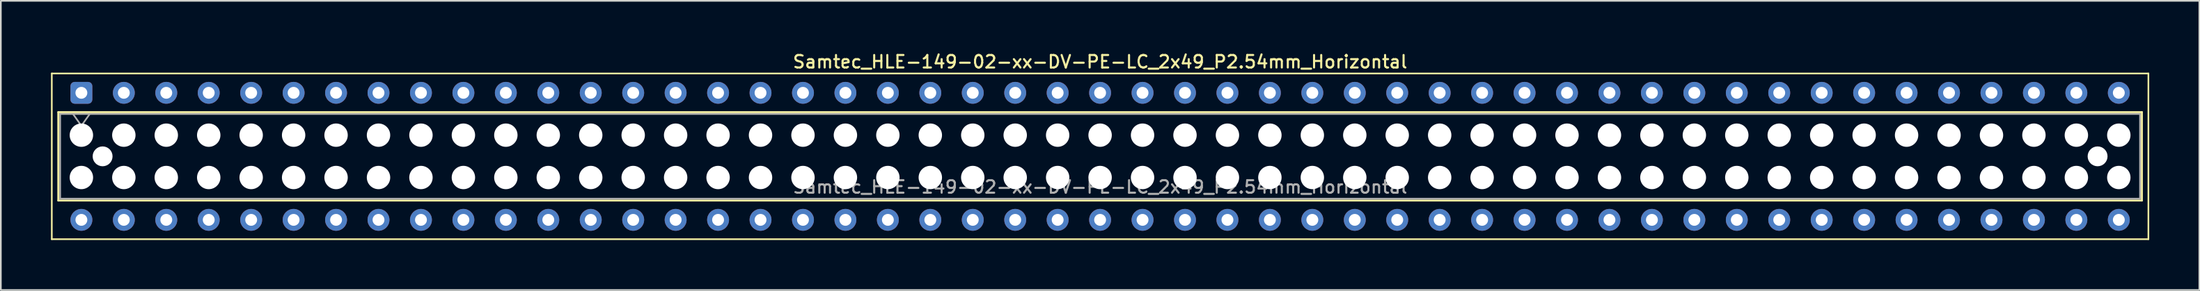
<source format=kicad_pcb>
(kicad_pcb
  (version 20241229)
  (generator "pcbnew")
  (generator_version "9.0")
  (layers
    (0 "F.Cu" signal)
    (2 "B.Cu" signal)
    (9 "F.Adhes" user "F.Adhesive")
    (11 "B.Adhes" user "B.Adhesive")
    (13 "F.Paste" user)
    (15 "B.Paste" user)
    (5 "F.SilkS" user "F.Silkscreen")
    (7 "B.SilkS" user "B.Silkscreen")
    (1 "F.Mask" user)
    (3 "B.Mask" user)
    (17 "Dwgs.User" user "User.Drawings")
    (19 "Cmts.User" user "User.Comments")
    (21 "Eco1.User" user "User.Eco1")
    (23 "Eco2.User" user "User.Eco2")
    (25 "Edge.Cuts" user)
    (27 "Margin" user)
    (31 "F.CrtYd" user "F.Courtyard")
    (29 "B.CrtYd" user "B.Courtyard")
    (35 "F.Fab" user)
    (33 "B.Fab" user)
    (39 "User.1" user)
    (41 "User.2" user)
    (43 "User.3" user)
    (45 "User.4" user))
  (footprint "Samtec_HLE-149-02-xx-DV-PE-LC_2x49_P2.54mm_Horizontal"
    (layer "F.Cu")
    (at 1.82 2.518)
    (property "Reference" "Samtec_HLE-149-02-xx-DV-PE-LC_2x49_P2.54mm_Horizontal" (at 60.96 -1.86 0) (layer "F.SilkS") (effects (font (size 0.75 0.75) (thickness 0.125))))
    (attr through_hole)
    (fp_line (start -1.77 -1.16) (end 123.69 -1.16) (stroke (width 0.1) (type solid)) (layer "F.SilkS"))
    (fp_line (start -1.77 8.78) (end -1.77 -1.16) (stroke (width 0.1) (type solid)) (layer "F.SilkS"))
    (fp_line (start -1.38 1.16) (end 123.3 1.16) (stroke (width 0.12) (type solid)) (layer "F.SilkS"))
    (fp_line (start -1.38 6.46) (end -1.38 1.16) (stroke (width 0.12) (type solid)) (layer "F.SilkS"))
    (fp_line (start 123.3 1.16) (end 123.3 6.46) (stroke (width 0.12) (type solid)) (layer "F.SilkS"))
    (fp_line (start 123.3 6.46) (end -1.38 6.46) (stroke (width 0.12) (type solid)) (layer "F.SilkS"))
    (fp_line (start 123.69 -1.16) (end 123.69 8.78) (stroke (width 0.1) (type solid)) (layer "F.SilkS"))
    (fp_line (start 123.69 8.78) (end -1.77 8.78) (stroke (width 0.1) (type solid)) (layer "F.SilkS"))
    (fp_line (start -1.27 1.27) (end 123.19 1.27) (stroke (width 0.1) (type solid)) (layer "F.Fab"))
    (fp_line (start -1.27 6.35) (end -1.27 1.27) (stroke (width 0.1) (type solid)) (layer "F.Fab"))
    (fp_line (start -0.5 1.27) (end 0 1.977) (stroke (width 0.1) (type solid)) (layer "F.Fab"))
    (fp_line (start 0 1.977) (end 0.5 1.27) (stroke (width 0.1) (type solid)) (layer "F.Fab"))
    (fp_line (start 123.19 1.27) (end 123.19 6.35) (stroke (width 0.1) (type solid)) (layer "F.Fab"))
    (fp_line (start 123.19 6.35) (end -1.27 6.35) (stroke (width 0.1) (type solid)) (layer "F.Fab"))
    (fp_text user "${REFERENCE}" (at 60.96 5.65 0) (layer "F.Fab") (effects (font (size 0.75 0.75) (thickness 0.125))))
    (pad "" np_thru_hole circle (at 0 2.54) (size 1.4 1.4) (drill 1.4) (layers "*.Cu" "*.Mask"))
    (pad "" np_thru_hole circle (at 0 5.08) (size 1.4 1.4) (drill 1.4) (layers "*.Cu" "*.Mask"))
    (pad "" np_thru_hole circle (at 1.27 3.81) (size 1.19 1.19) (drill 1.19) (layers "*.Cu" "*.Mask"))
    (pad "" np_thru_hole circle (at 2.54 2.54) (size 1.4 1.4) (drill 1.4) (layers "*.Cu" "*.Mask"))
    (pad "" np_thru_hole circle (at 2.54 5.08) (size 1.4 1.4) (drill 1.4) (layers "*.Cu" "*.Mask"))
    (pad "" np_thru_hole circle (at 5.08 2.54) (size 1.4 1.4) (drill 1.4) (layers "*.Cu" "*.Mask"))
    (pad "" np_thru_hole circle (at 5.08 5.08) (size 1.4 1.4) (drill 1.4) (layers "*.Cu" "*.Mask"))
    (pad "" np_thru_hole circle (at 7.62 2.54) (size 1.4 1.4) (drill 1.4) (layers "*.Cu" "*.Mask"))
    (pad "" np_thru_hole circle (at 7.62 5.08) (size 1.4 1.4) (drill 1.4) (layers "*.Cu" "*.Mask"))
    (pad "" np_thru_hole circle (at 10.16 2.54) (size 1.4 1.4) (drill 1.4) (layers "*.Cu" "*.Mask"))
    (pad "" np_thru_hole circle (at 10.16 5.08) (size 1.4 1.4) (drill 1.4) (layers "*.Cu" "*.Mask"))
    (pad "" np_thru_hole circle (at 12.7 2.54) (size 1.4 1.4) (drill 1.4) (layers "*.Cu" "*.Mask"))
    (pad "" np_thru_hole circle (at 12.7 5.08) (size 1.4 1.4) (drill 1.4) (layers "*.Cu" "*.Mask"))
    (pad "" np_thru_hole circle (at 15.24 2.54) (size 1.4 1.4) (drill 1.4) (layers "*.Cu" "*.Mask"))
    (pad "" np_thru_hole circle (at 15.24 5.08) (size 1.4 1.4) (drill 1.4) (layers "*.Cu" "*.Mask"))
    (pad "" np_thru_hole circle (at 17.78 2.54) (size 1.4 1.4) (drill 1.4) (layers "*.Cu" "*.Mask"))
    (pad "" np_thru_hole circle (at 17.78 5.08) (size 1.4 1.4) (drill 1.4) (layers "*.Cu" "*.Mask"))
    (pad "" np_thru_hole circle (at 20.32 2.54) (size 1.4 1.4) (drill 1.4) (layers "*.Cu" "*.Mask"))
    (pad "" np_thru_hole circle (at 20.32 5.08) (size 1.4 1.4) (drill 1.4) (layers "*.Cu" "*.Mask"))
    (pad "" np_thru_hole circle (at 22.86 2.54) (size 1.4 1.4) (drill 1.4) (layers "*.Cu" "*.Mask"))
    (pad "" np_thru_hole circle (at 22.86 5.08) (size 1.4 1.4) (drill 1.4) (layers "*.Cu" "*.Mask"))
    (pad "" np_thru_hole circle (at 25.4 2.54) (size 1.4 1.4) (drill 1.4) (layers "*.Cu" "*.Mask"))
    (pad "" np_thru_hole circle (at 25.4 5.08) (size 1.4 1.4) (drill 1.4) (layers "*.Cu" "*.Mask"))
    (pad "" np_thru_hole circle (at 27.94 2.54) (size 1.4 1.4) (drill 1.4) (layers "*.Cu" "*.Mask"))
    (pad "" np_thru_hole circle (at 27.94 5.08) (size 1.4 1.4) (drill 1.4) (layers "*.Cu" "*.Mask"))
    (pad "" np_thru_hole circle (at 30.48 2.54) (size 1.4 1.4) (drill 1.4) (layers "*.Cu" "*.Mask"))
    (pad "" np_thru_hole circle (at 30.48 5.08) (size 1.4 1.4) (drill 1.4) (layers "*.Cu" "*.Mask"))
    (pad "" np_thru_hole circle (at 33.02 2.54) (size 1.4 1.4) (drill 1.4) (layers "*.Cu" "*.Mask"))
    (pad "" np_thru_hole circle (at 33.02 5.08) (size 1.4 1.4) (drill 1.4) (layers "*.Cu" "*.Mask"))
    (pad "" np_thru_hole circle (at 35.56 2.54) (size 1.4 1.4) (drill 1.4) (layers "*.Cu" "*.Mask"))
    (pad "" np_thru_hole circle (at 35.56 5.08) (size 1.4 1.4) (drill 1.4) (layers "*.Cu" "*.Mask"))
    (pad "" np_thru_hole circle (at 38.1 2.54) (size 1.4 1.4) (drill 1.4) (layers "*.Cu" "*.Mask"))
    (pad "" np_thru_hole circle (at 38.1 5.08) (size 1.4 1.4) (drill 1.4) (layers "*.Cu" "*.Mask"))
    (pad "" np_thru_hole circle (at 40.64 2.54) (size 1.4 1.4) (drill 1.4) (layers "*.Cu" "*.Mask"))
    (pad "" np_thru_hole circle (at 40.64 5.08) (size 1.4 1.4) (drill 1.4) (layers "*.Cu" "*.Mask"))
    (pad "" np_thru_hole circle (at 43.18 2.54) (size 1.4 1.4) (drill 1.4) (layers "*.Cu" "*.Mask"))
    (pad "" np_thru_hole circle (at 43.18 5.08) (size 1.4 1.4) (drill 1.4) (layers "*.Cu" "*.Mask"))
    (pad "" np_thru_hole circle (at 45.72 2.54) (size 1.4 1.4) (drill 1.4) (layers "*.Cu" "*.Mask"))
    (pad "" np_thru_hole circle (at 45.72 5.08) (size 1.4 1.4) (drill 1.4) (layers "*.Cu" "*.Mask"))
    (pad "" np_thru_hole circle (at 48.26 2.54) (size 1.4 1.4) (drill 1.4) (layers "*.Cu" "*.Mask"))
    (pad "" np_thru_hole circle (at 48.26 5.08) (size 1.4 1.4) (drill 1.4) (layers "*.Cu" "*.Mask"))
    (pad "" np_thru_hole circle (at 50.8 2.54) (size 1.4 1.4) (drill 1.4) (layers "*.Cu" "*.Mask"))
    (pad "" np_thru_hole circle (at 50.8 5.08) (size 1.4 1.4) (drill 1.4) (layers "*.Cu" "*.Mask"))
    (pad "" np_thru_hole circle (at 53.34 2.54) (size 1.4 1.4) (drill 1.4) (layers "*.Cu" "*.Mask"))
    (pad "" np_thru_hole circle (at 53.34 5.08) (size 1.4 1.4) (drill 1.4) (layers "*.Cu" "*.Mask"))
    (pad "" np_thru_hole circle (at 55.88 2.54) (size 1.4 1.4) (drill 1.4) (layers "*.Cu" "*.Mask"))
    (pad "" np_thru_hole circle (at 55.88 5.08) (size 1.4 1.4) (drill 1.4) (layers "*.Cu" "*.Mask"))
    (pad "" np_thru_hole circle (at 58.42 2.54) (size 1.4 1.4) (drill 1.4) (layers "*.Cu" "*.Mask"))
    (pad "" np_thru_hole circle (at 58.42 5.08) (size 1.4 1.4) (drill 1.4) (layers "*.Cu" "*.Mask"))
    (pad "" np_thru_hole circle (at 60.96 2.54) (size 1.4 1.4) (drill 1.4) (layers "*.Cu" "*.Mask"))
    (pad "" np_thru_hole circle (at 60.96 5.08) (size 1.4 1.4) (drill 1.4) (layers "*.Cu" "*.Mask"))
    (pad "" np_thru_hole circle (at 63.5 2.54) (size 1.4 1.4) (drill 1.4) (layers "*.Cu" "*.Mask"))
    (pad "" np_thru_hole circle (at 63.5 5.08) (size 1.4 1.4) (drill 1.4) (layers "*.Cu" "*.Mask"))
    (pad "" np_thru_hole circle (at 66.04 2.54) (size 1.4 1.4) (drill 1.4) (layers "*.Cu" "*.Mask"))
    (pad "" np_thru_hole circle (at 66.04 5.08) (size 1.4 1.4) (drill 1.4) (layers "*.Cu" "*.Mask"))
    (pad "" np_thru_hole circle (at 68.58 2.54) (size 1.4 1.4) (drill 1.4) (layers "*.Cu" "*.Mask"))
    (pad "" np_thru_hole circle (at 68.58 5.08) (size 1.4 1.4) (drill 1.4) (layers "*.Cu" "*.Mask"))
    (pad "" np_thru_hole circle (at 71.12 2.54) (size 1.4 1.4) (drill 1.4) (layers "*.Cu" "*.Mask"))
    (pad "" np_thru_hole circle (at 71.12 5.08) (size 1.4 1.4) (drill 1.4) (layers "*.Cu" "*.Mask"))
    (pad "" np_thru_hole circle (at 73.66 2.54) (size 1.4 1.4) (drill 1.4) (layers "*.Cu" "*.Mask"))
    (pad "" np_thru_hole circle (at 73.66 5.08) (size 1.4 1.4) (drill 1.4) (layers "*.Cu" "*.Mask"))
    (pad "" np_thru_hole circle (at 76.2 2.54) (size 1.4 1.4) (drill 1.4) (layers "*.Cu" "*.Mask"))
    (pad "" np_thru_hole circle (at 76.2 5.08) (size 1.4 1.4) (drill 1.4) (layers "*.Cu" "*.Mask"))
    (pad "" np_thru_hole circle (at 78.74 2.54) (size 1.4 1.4) (drill 1.4) (layers "*.Cu" "*.Mask"))
    (pad "" np_thru_hole circle (at 78.74 5.08) (size 1.4 1.4) (drill 1.4) (layers "*.Cu" "*.Mask"))
    (pad "" np_thru_hole circle (at 81.28 2.54) (size 1.4 1.4) (drill 1.4) (layers "*.Cu" "*.Mask"))
    (pad "" np_thru_hole circle (at 81.28 5.08) (size 1.4 1.4) (drill 1.4) (layers "*.Cu" "*.Mask"))
    (pad "" np_thru_hole circle (at 83.82 2.54) (size 1.4 1.4) (drill 1.4) (layers "*.Cu" "*.Mask"))
    (pad "" np_thru_hole circle (at 83.82 5.08) (size 1.4 1.4) (drill 1.4) (layers "*.Cu" "*.Mask"))
    (pad "" np_thru_hole circle (at 86.36 2.54) (size 1.4 1.4) (drill 1.4) (layers "*.Cu" "*.Mask"))
    (pad "" np_thru_hole circle (at 86.36 5.08) (size 1.4 1.4) (drill 1.4) (layers "*.Cu" "*.Mask"))
    (pad "" np_thru_hole circle (at 88.9 2.54) (size 1.4 1.4) (drill 1.4) (layers "*.Cu" "*.Mask"))
    (pad "" np_thru_hole circle (at 88.9 5.08) (size 1.4 1.4) (drill 1.4) (layers "*.Cu" "*.Mask"))
    (pad "" np_thru_hole circle (at 91.44 2.54) (size 1.4 1.4) (drill 1.4) (layers "*.Cu" "*.Mask"))
    (pad "" np_thru_hole circle (at 91.44 5.08) (size 1.4 1.4) (drill 1.4) (layers "*.Cu" "*.Mask"))
    (pad "" np_thru_hole circle (at 93.98 2.54) (size 1.4 1.4) (drill 1.4) (layers "*.Cu" "*.Mask"))
    (pad "" np_thru_hole circle (at 93.98 5.08) (size 1.4 1.4) (drill 1.4) (layers "*.Cu" "*.Mask"))
    (pad "" np_thru_hole circle (at 96.52 2.54) (size 1.4 1.4) (drill 1.4) (layers "*.Cu" "*.Mask"))
    (pad "" np_thru_hole circle (at 96.52 5.08) (size 1.4 1.4) (drill 1.4) (layers "*.Cu" "*.Mask"))
    (pad "" np_thru_hole circle (at 99.06 2.54) (size 1.4 1.4) (drill 1.4) (layers "*.Cu" "*.Mask"))
    (pad "" np_thru_hole circle (at 99.06 5.08) (size 1.4 1.4) (drill 1.4) (layers "*.Cu" "*.Mask"))
    (pad "" np_thru_hole circle (at 101.6 2.54) (size 1.4 1.4) (drill 1.4) (layers "*.Cu" "*.Mask"))
    (pad "" np_thru_hole circle (at 101.6 5.08) (size 1.4 1.4) (drill 1.4) (layers "*.Cu" "*.Mask"))
    (pad "" np_thru_hole circle (at 104.14 2.54) (size 1.4 1.4) (drill 1.4) (layers "*.Cu" "*.Mask"))
    (pad "" np_thru_hole circle (at 104.14 5.08) (size 1.4 1.4) (drill 1.4) (layers "*.Cu" "*.Mask"))
    (pad "" np_thru_hole circle (at 106.68 2.54) (size 1.4 1.4) (drill 1.4) (layers "*.Cu" "*.Mask"))
    (pad "" np_thru_hole circle (at 106.68 5.08) (size 1.4 1.4) (drill 1.4) (layers "*.Cu" "*.Mask"))
    (pad "" np_thru_hole circle (at 109.22 2.54) (size 1.4 1.4) (drill 1.4) (layers "*.Cu" "*.Mask"))
    (pad "" np_thru_hole circle (at 109.22 5.08) (size 1.4 1.4) (drill 1.4) (layers "*.Cu" "*.Mask"))
    (pad "" np_thru_hole circle (at 111.76 2.54) (size 1.4 1.4) (drill 1.4) (layers "*.Cu" "*.Mask"))
    (pad "" np_thru_hole circle (at 111.76 5.08) (size 1.4 1.4) (drill 1.4) (layers "*.Cu" "*.Mask"))
    (pad "" np_thru_hole circle (at 114.3 2.54) (size 1.4 1.4) (drill 1.4) (layers "*.Cu" "*.Mask"))
    (pad "" np_thru_hole circle (at 114.3 5.08) (size 1.4 1.4) (drill 1.4) (layers "*.Cu" "*.Mask"))
    (pad "" np_thru_hole circle (at 116.84 2.54) (size 1.4 1.4) (drill 1.4) (layers "*.Cu" "*.Mask"))
    (pad "" np_thru_hole circle (at 116.84 5.08) (size 1.4 1.4) (drill 1.4) (layers "*.Cu" "*.Mask"))
    (pad "" np_thru_hole circle (at 119.38 2.54) (size 1.4 1.4) (drill 1.4) (layers "*.Cu" "*.Mask"))
    (pad "" np_thru_hole circle (at 119.38 5.08) (size 1.4 1.4) (drill 1.4) (layers "*.Cu" "*.Mask"))
    (pad "" np_thru_hole circle (at 120.65 3.81) (size 1.19 1.19) (drill 1.19) (layers "*.Cu" "*.Mask"))
    (pad "" np_thru_hole circle (at 121.92 2.54) (size 1.4 1.4) (drill 1.4) (layers "*.Cu" "*.Mask"))
    (pad "" np_thru_hole circle (at 121.92 5.08) (size 1.4 1.4) (drill 1.4) (layers "*.Cu" "*.Mask"))
    (pad "1" thru_hole roundrect (at 0 0) (size 1.31 1.31) (drill 0.71) (layers "*.Cu" "*.Mask") (roundrect_rratio 0.191))
    (pad "2" thru_hole circle (at 0 7.62) (size 1.31 1.31) (drill 0.71) (layers "*.Cu" "*.Mask"))
    (pad "3" thru_hole circle (at 2.54 0) (size 1.31 1.31) (drill 0.71) (layers "*.Cu" "*.Mask"))
    (pad "4" thru_hole circle (at 2.54 7.62) (size 1.31 1.31) (drill 0.71) (layers "*.Cu" "*.Mask"))
    (pad "5" thru_hole circle (at 5.08 0) (size 1.31 1.31) (drill 0.71) (layers "*.Cu" "*.Mask"))
    (pad "6" thru_hole circle (at 5.08 7.62) (size 1.31 1.31) (drill 0.71) (layers "*.Cu" "*.Mask"))
    (pad "7" thru_hole circle (at 7.62 0) (size 1.31 1.31) (drill 0.71) (layers "*.Cu" "*.Mask"))
    (pad "8" thru_hole circle (at 7.62 7.62) (size 1.31 1.31) (drill 0.71) (layers "*.Cu" "*.Mask"))
    (pad "9" thru_hole circle (at 10.16 0) (size 1.31 1.31) (drill 0.71) (layers "*.Cu" "*.Mask"))
    (pad "10" thru_hole circle (at 10.16 7.62) (size 1.31 1.31) (drill 0.71) (layers "*.Cu" "*.Mask"))
    (pad "11" thru_hole circle (at 12.7 0) (size 1.31 1.31) (drill 0.71) (layers "*.Cu" "*.Mask"))
    (pad "12" thru_hole circle (at 12.7 7.62) (size 1.31 1.31) (drill 0.71) (layers "*.Cu" "*.Mask"))
    (pad "13" thru_hole circle (at 15.24 0) (size 1.31 1.31) (drill 0.71) (layers "*.Cu" "*.Mask"))
    (pad "14" thru_hole circle (at 15.24 7.62) (size 1.31 1.31) (drill 0.71) (layers "*.Cu" "*.Mask"))
    (pad "15" thru_hole circle (at 17.78 0) (size 1.31 1.31) (drill 0.71) (layers "*.Cu" "*.Mask"))
    (pad "16" thru_hole circle (at 17.78 7.62) (size 1.31 1.31) (drill 0.71) (layers "*.Cu" "*.Mask"))
    (pad "17" thru_hole circle (at 20.32 0) (size 1.31 1.31) (drill 0.71) (layers "*.Cu" "*.Mask"))
    (pad "18" thru_hole circle (at 20.32 7.62) (size 1.31 1.31) (drill 0.71) (layers "*.Cu" "*.Mask"))
    (pad "19" thru_hole circle (at 22.86 0) (size 1.31 1.31) (drill 0.71) (layers "*.Cu" "*.Mask"))
    (pad "20" thru_hole circle (at 22.86 7.62) (size 1.31 1.31) (drill 0.71) (layers "*.Cu" "*.Mask"))
    (pad "21" thru_hole circle (at 25.4 0) (size 1.31 1.31) (drill 0.71) (layers "*.Cu" "*.Mask"))
    (pad "22" thru_hole circle (at 25.4 7.62) (size 1.31 1.31) (drill 0.71) (layers "*.Cu" "*.Mask"))
    (pad "23" thru_hole circle (at 27.94 0) (size 1.31 1.31) (drill 0.71) (layers "*.Cu" "*.Mask"))
    (pad "24" thru_hole circle (at 27.94 7.62) (size 1.31 1.31) (drill 0.71) (layers "*.Cu" "*.Mask"))
    (pad "25" thru_hole circle (at 30.48 0) (size 1.31 1.31) (drill 0.71) (layers "*.Cu" "*.Mask"))
    (pad "26" thru_hole circle (at 30.48 7.62) (size 1.31 1.31) (drill 0.71) (layers "*.Cu" "*.Mask"))
    (pad "27" thru_hole circle (at 33.02 0) (size 1.31 1.31) (drill 0.71) (layers "*.Cu" "*.Mask"))
    (pad "28" thru_hole circle (at 33.02 7.62) (size 1.31 1.31) (drill 0.71) (layers "*.Cu" "*.Mask"))
    (pad "29" thru_hole circle (at 35.56 0) (size 1.31 1.31) (drill 0.71) (layers "*.Cu" "*.Mask"))
    (pad "30" thru_hole circle (at 35.56 7.62) (size 1.31 1.31) (drill 0.71) (layers "*.Cu" "*.Mask"))
    (pad "31" thru_hole circle (at 38.1 0) (size 1.31 1.31) (drill 0.71) (layers "*.Cu" "*.Mask"))
    (pad "32" thru_hole circle (at 38.1 7.62) (size 1.31 1.31) (drill 0.71) (layers "*.Cu" "*.Mask"))
    (pad "33" thru_hole circle (at 40.64 0) (size 1.31 1.31) (drill 0.71) (layers "*.Cu" "*.Mask"))
    (pad "34" thru_hole circle (at 40.64 7.62) (size 1.31 1.31) (drill 0.71) (layers "*.Cu" "*.Mask"))
    (pad "35" thru_hole circle (at 43.18 0) (size 1.31 1.31) (drill 0.71) (layers "*.Cu" "*.Mask"))
    (pad "36" thru_hole circle (at 43.18 7.62) (size 1.31 1.31) (drill 0.71) (layers "*.Cu" "*.Mask"))
    (pad "37" thru_hole circle (at 45.72 0) (size 1.31 1.31) (drill 0.71) (layers "*.Cu" "*.Mask"))
    (pad "38" thru_hole circle (at 45.72 7.62) (size 1.31 1.31) (drill 0.71) (layers "*.Cu" "*.Mask"))
    (pad "39" thru_hole circle (at 48.26 0) (size 1.31 1.31) (drill 0.71) (layers "*.Cu" "*.Mask"))
    (pad "40" thru_hole circle (at 48.26 7.62) (size 1.31 1.31) (drill 0.71) (layers "*.Cu" "*.Mask"))
    (pad "41" thru_hole circle (at 50.8 0) (size 1.31 1.31) (drill 0.71) (layers "*.Cu" "*.Mask"))
    (pad "42" thru_hole circle (at 50.8 7.62) (size 1.31 1.31) (drill 0.71) (layers "*.Cu" "*.Mask"))
    (pad "43" thru_hole circle (at 53.34 0) (size 1.31 1.31) (drill 0.71) (layers "*.Cu" "*.Mask"))
    (pad "44" thru_hole circle (at 53.34 7.62) (size 1.31 1.31) (drill 0.71) (layers "*.Cu" "*.Mask"))
    (pad "45" thru_hole circle (at 55.88 0) (size 1.31 1.31) (drill 0.71) (layers "*.Cu" "*.Mask"))
    (pad "46" thru_hole circle (at 55.88 7.62) (size 1.31 1.31) (drill 0.71) (layers "*.Cu" "*.Mask"))
    (pad "47" thru_hole circle (at 58.42 0) (size 1.31 1.31) (drill 0.71) (layers "*.Cu" "*.Mask"))
    (pad "48" thru_hole circle (at 58.42 7.62) (size 1.31 1.31) (drill 0.71) (layers "*.Cu" "*.Mask"))
    (pad "49" thru_hole circle (at 60.96 0) (size 1.31 1.31) (drill 0.71) (layers "*.Cu" "*.Mask"))
    (pad "50" thru_hole circle (at 60.96 7.62) (size 1.31 1.31) (drill 0.71) (layers "*.Cu" "*.Mask"))
    (pad "51" thru_hole circle (at 63.5 0) (size 1.31 1.31) (drill 0.71) (layers "*.Cu" "*.Mask"))
    (pad "52" thru_hole circle (at 63.5 7.62) (size 1.31 1.31) (drill 0.71) (layers "*.Cu" "*.Mask"))
    (pad "53" thru_hole circle (at 66.04 0) (size 1.31 1.31) (drill 0.71) (layers "*.Cu" "*.Mask"))
    (pad "54" thru_hole circle (at 66.04 7.62) (size 1.31 1.31) (drill 0.71) (layers "*.Cu" "*.Mask"))
    (pad "55" thru_hole circle (at 68.58 0) (size 1.31 1.31) (drill 0.71) (layers "*.Cu" "*.Mask"))
    (pad "56" thru_hole circle (at 68.58 7.62) (size 1.31 1.31) (drill 0.71) (layers "*.Cu" "*.Mask"))
    (pad "57" thru_hole circle (at 71.12 0) (size 1.31 1.31) (drill 0.71) (layers "*.Cu" "*.Mask"))
    (pad "58" thru_hole circle (at 71.12 7.62) (size 1.31 1.31) (drill 0.71) (layers "*.Cu" "*.Mask"))
    (pad "59" thru_hole circle (at 73.66 0) (size 1.31 1.31) (drill 0.71) (layers "*.Cu" "*.Mask"))
    (pad "60" thru_hole circle (at 73.66 7.62) (size 1.31 1.31) (drill 0.71) (layers "*.Cu" "*.Mask"))
    (pad "61" thru_hole circle (at 76.2 0) (size 1.31 1.31) (drill 0.71) (layers "*.Cu" "*.Mask"))
    (pad "62" thru_hole circle (at 76.2 7.62) (size 1.31 1.31) (drill 0.71) (layers "*.Cu" "*.Mask"))
    (pad "63" thru_hole circle (at 78.74 0) (size 1.31 1.31) (drill 0.71) (layers "*.Cu" "*.Mask"))
    (pad "64" thru_hole circle (at 78.74 7.62) (size 1.31 1.31) (drill 0.71) (layers "*.Cu" "*.Mask"))
    (pad "65" thru_hole circle (at 81.28 0) (size 1.31 1.31) (drill 0.71) (layers "*.Cu" "*.Mask"))
    (pad "66" thru_hole circle (at 81.28 7.62) (size 1.31 1.31) (drill 0.71) (layers "*.Cu" "*.Mask"))
    (pad "67" thru_hole circle (at 83.82 0) (size 1.31 1.31) (drill 0.71) (layers "*.Cu" "*.Mask"))
    (pad "68" thru_hole circle (at 83.82 7.62) (size 1.31 1.31) (drill 0.71) (layers "*.Cu" "*.Mask"))
    (pad "69" thru_hole circle (at 86.36 0) (size 1.31 1.31) (drill 0.71) (layers "*.Cu" "*.Mask"))
    (pad "70" thru_hole circle (at 86.36 7.62) (size 1.31 1.31) (drill 0.71) (layers "*.Cu" "*.Mask"))
    (pad "71" thru_hole circle (at 88.9 0) (size 1.31 1.31) (drill 0.71) (layers "*.Cu" "*.Mask"))
    (pad "72" thru_hole circle (at 88.9 7.62) (size 1.31 1.31) (drill 0.71) (layers "*.Cu" "*.Mask"))
    (pad "73" thru_hole circle (at 91.44 0) (size 1.31 1.31) (drill 0.71) (layers "*.Cu" "*.Mask"))
    (pad "74" thru_hole circle (at 91.44 7.62) (size 1.31 1.31) (drill 0.71) (layers "*.Cu" "*.Mask"))
    (pad "75" thru_hole circle (at 93.98 0) (size 1.31 1.31) (drill 0.71) (layers "*.Cu" "*.Mask"))
    (pad "76" thru_hole circle (at 93.98 7.62) (size 1.31 1.31) (drill 0.71) (layers "*.Cu" "*.Mask"))
    (pad "77" thru_hole circle (at 96.52 0) (size 1.31 1.31) (drill 0.71) (layers "*.Cu" "*.Mask"))
    (pad "78" thru_hole circle (at 96.52 7.62) (size 1.31 1.31) (drill 0.71) (layers "*.Cu" "*.Mask"))
    (pad "79" thru_hole circle (at 99.06 0) (size 1.31 1.31) (drill 0.71) (layers "*.Cu" "*.Mask"))
    (pad "80" thru_hole circle (at 99.06 7.62) (size 1.31 1.31) (drill 0.71) (layers "*.Cu" "*.Mask"))
    (pad "81" thru_hole circle (at 101.6 0) (size 1.31 1.31) (drill 0.71) (layers "*.Cu" "*.Mask"))
    (pad "82" thru_hole circle (at 101.6 7.62) (size 1.31 1.31) (drill 0.71) (layers "*.Cu" "*.Mask"))
    (pad "83" thru_hole circle (at 104.14 0) (size 1.31 1.31) (drill 0.71) (layers "*.Cu" "*.Mask"))
    (pad "84" thru_hole circle (at 104.14 7.62) (size 1.31 1.31) (drill 0.71) (layers "*.Cu" "*.Mask"))
    (pad "85" thru_hole circle (at 106.68 0) (size 1.31 1.31) (drill 0.71) (layers "*.Cu" "*.Mask"))
    (pad "86" thru_hole circle (at 106.68 7.62) (size 1.31 1.31) (drill 0.71) (layers "*.Cu" "*.Mask"))
    (pad "87" thru_hole circle (at 109.22 0) (size 1.31 1.31) (drill 0.71) (layers "*.Cu" "*.Mask"))
    (pad "88" thru_hole circle (at 109.22 7.62) (size 1.31 1.31) (drill 0.71) (layers "*.Cu" "*.Mask"))
    (pad "89" thru_hole circle (at 111.76 0) (size 1.31 1.31) (drill 0.71) (layers "*.Cu" "*.Mask"))
    (pad "90" thru_hole circle (at 111.76 7.62) (size 1.31 1.31) (drill 0.71) (layers "*.Cu" "*.Mask"))
    (pad "91" thru_hole circle (at 114.3 0) (size 1.31 1.31) (drill 0.71) (layers "*.Cu" "*.Mask"))
    (pad "92" thru_hole circle (at 114.3 7.62) (size 1.31 1.31) (drill 0.71) (layers "*.Cu" "*.Mask"))
    (pad "93" thru_hole circle (at 116.84 0) (size 1.31 1.31) (drill 0.71) (layers "*.Cu" "*.Mask"))
    (pad "94" thru_hole circle (at 116.84 7.62) (size 1.31 1.31) (drill 0.71) (layers "*.Cu" "*.Mask"))
    (pad "95" thru_hole circle (at 119.38 0) (size 1.31 1.31) (drill 0.71) (layers "*.Cu" "*.Mask"))
    (pad "96" thru_hole circle (at 119.38 7.62) (size 1.31 1.31) (drill 0.71) (layers "*.Cu" "*.Mask"))
    (pad "97" thru_hole circle (at 121.92 0) (size 1.31 1.31) (drill 0.71) (layers "*.Cu" "*.Mask"))
    (pad "98" thru_hole circle (at 121.92 7.62) (size 1.31 1.31) (drill 0.71) (layers "*.Cu" "*.Mask")))
  (gr_rect
    (start -3 -3)
    (end 128.56 14.348)
    (stroke (width 0.1) (type default))
    (fill no)
    (layer "Edge.Cuts")))
</source>
